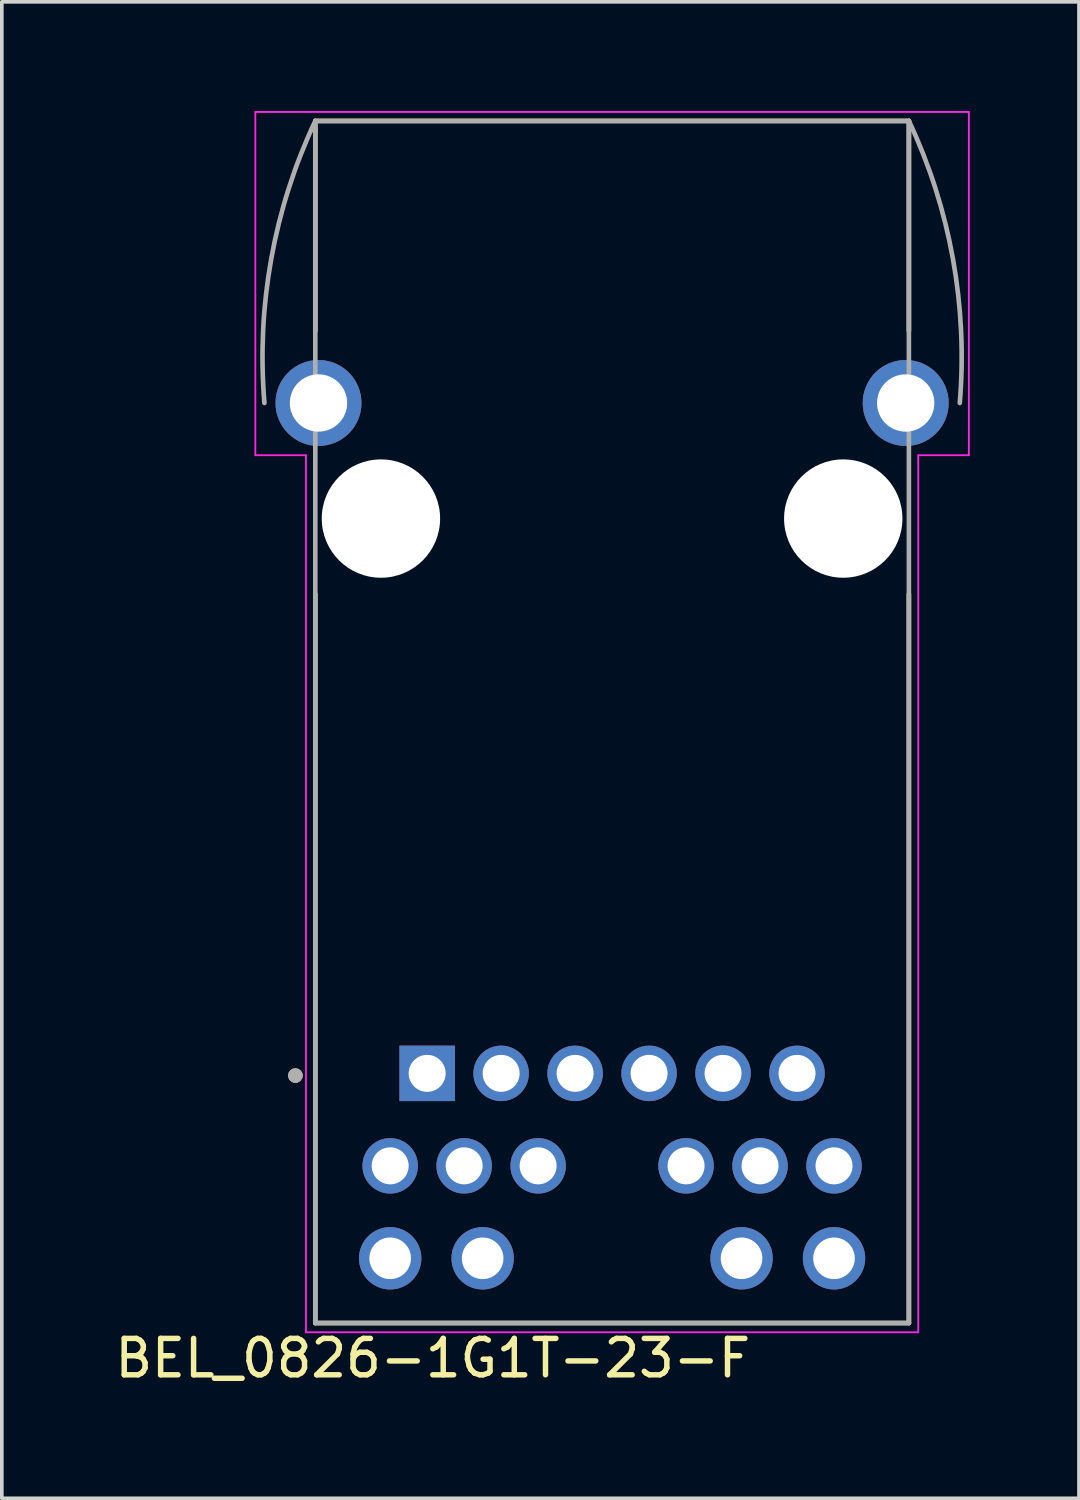
<source format=kicad_pcb>
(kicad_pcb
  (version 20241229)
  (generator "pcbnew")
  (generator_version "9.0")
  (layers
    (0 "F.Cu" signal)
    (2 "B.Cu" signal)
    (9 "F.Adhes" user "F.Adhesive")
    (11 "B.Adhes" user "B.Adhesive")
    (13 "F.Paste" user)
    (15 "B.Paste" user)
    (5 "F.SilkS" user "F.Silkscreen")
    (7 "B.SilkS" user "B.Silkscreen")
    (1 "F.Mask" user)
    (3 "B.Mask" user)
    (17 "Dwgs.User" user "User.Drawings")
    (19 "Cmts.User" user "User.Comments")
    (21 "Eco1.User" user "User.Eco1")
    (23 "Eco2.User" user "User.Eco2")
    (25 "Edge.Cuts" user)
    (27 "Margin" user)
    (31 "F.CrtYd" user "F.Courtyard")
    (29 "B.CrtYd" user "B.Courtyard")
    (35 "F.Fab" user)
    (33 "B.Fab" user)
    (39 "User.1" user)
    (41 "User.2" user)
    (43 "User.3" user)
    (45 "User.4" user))
  (footprint "BEL_0826-1G1T-23-F"
    (layer "F.Cu")
    (at 13.764 11.195)
    (property "Reference" "BEL_0826-1G1T-23-F" (at -4.925 23.065 0) (layer "F.SilkS") (effects (font (size 1 1) (thickness 0.15))))
    (attr through_hole)
    (fp_line (start -8.153 -5.156) (end -8.153 -10.922) (stroke (width 0.127) (type solid)) (layer "F.SilkS"))
    (fp_line (start -8.153 22.098) (end -8.153 2.078) (stroke (width 0.127) (type solid)) (layer "F.SilkS"))
    (fp_line (start -8.153 22.098) (end 8.153 22.098) (stroke (width 0.127) (type solid)) (layer "F.SilkS"))
    (fp_line (start 8.153 -10.922) (end -8.153 -10.922) (stroke (width 0.127) (type solid)) (layer "F.SilkS"))
    (fp_line (start 8.153 -5.156) (end 8.153 -10.922) (stroke (width 0.127) (type solid)) (layer "F.SilkS"))
    (fp_line (start 8.153 22.098) (end 8.153 2.078) (stroke (width 0.127) (type solid)) (layer "F.SilkS"))
    (fp_circle (center -8.7 15.3) (end -8.6 15.3) (stroke (width 0.2) (type solid)) (fill no) (layer "F.SilkS"))
    (fp_line (start -9.8 -11.17) (end 9.8 -11.17) (stroke (width 0.05) (type solid)) (layer "F.CrtYd"))
    (fp_line (start -9.8 -1.74) (end -9.8 -11.17) (stroke (width 0.05) (type solid)) (layer "F.CrtYd"))
    (fp_line (start -8.41 -1.74) (end -9.8 -1.74) (stroke (width 0.05) (type solid)) (layer "F.CrtYd"))
    (fp_line (start -8.41 22.352) (end -8.41 -1.74) (stroke (width 0.05) (type solid)) (layer "F.CrtYd"))
    (fp_line (start 8.41 -1.74) (end 8.41 22.352) (stroke (width 0.05) (type solid)) (layer "F.CrtYd"))
    (fp_line (start 8.41 22.352) (end -8.41 22.352) (stroke (width 0.05) (type solid)) (layer "F.CrtYd"))
    (fp_line (start 9.8 -11.17) (end 9.8 -1.74) (stroke (width 0.05) (type solid)) (layer "F.CrtYd"))
    (fp_line (start 9.8 -1.74) (end 8.41 -1.74) (stroke (width 0.05) (type solid)) (layer "F.CrtYd"))
    (fp_line (start -8.153 -10.922) (end -8.153 22.098) (stroke (width 0.127) (type solid)) (layer "F.Fab"))
    (fp_line (start -8.153 22.098) (end 8.153 22.098) (stroke (width 0.127) (type solid)) (layer "F.Fab"))
    (fp_line (start 8.153 -10.922) (end -8.153 -10.922) (stroke (width 0.127) (type solid)) (layer "F.Fab"))
    (fp_line (start 8.153 22.098) (end 8.153 -10.922) (stroke (width 0.127) (type solid)) (layer "F.Fab"))
    (fp_arc (start -9.5504 -3.175) (mid -9.361856 -7.140459) (end -8.1534 -10.922) (stroke (width 0.127) (type solid)) (layer "F.Fab"))
    (fp_arc (start 8.1534 -10.922) (mid 9.361856 -7.140459) (end 9.5504 -3.175) (stroke (width 0.127) (type solid)) (layer "F.Fab"))
    (fp_circle (center -8.7 15.3) (end -8.6 15.3) (stroke (width 0.2) (type solid)) (fill no) (layer "F.Fab"))
    (pad "" np_thru_hole circle (at -6.35 0) (size 3.251 3.251) (drill 3.251) (layers "*.Cu" "*.Mask"))
    (pad "" np_thru_hole circle (at 6.35 0) (size 3.251 3.251) (drill 3.251) (layers "*.Cu" "*.Mask"))
    (pad "1" thru_hole rect (at -5.08 15.24) (size 1.524 1.524) (drill 1.016) (layers "*.Cu" "*.Mask"))
    (pad "2" thru_hole circle (at -3.048 15.24) (size 1.524 1.524) (drill 1.016) (layers "*.Cu" "*.Mask"))
    (pad "3" thru_hole circle (at -1.016 15.24) (size 1.524 1.524) (drill 1.016) (layers "*.Cu" "*.Mask"))
    (pad "4" thru_hole circle (at 1.016 15.24) (size 1.524 1.524) (drill 1.016) (layers "*.Cu" "*.Mask"))
    (pad "5" thru_hole circle (at 3.048 15.24) (size 1.524 1.524) (drill 1.016) (layers "*.Cu" "*.Mask"))
    (pad "6" thru_hole circle (at 5.08 15.24) (size 1.524 1.524) (drill 1.016) (layers "*.Cu" "*.Mask"))
    (pad "7" thru_hole circle (at -6.096 17.78) (size 1.524 1.524) (drill 1.016) (layers "*.Cu" "*.Mask"))
    (pad "8" thru_hole circle (at -4.064 17.78) (size 1.524 1.524) (drill 1.016) (layers "*.Cu" "*.Mask"))
    (pad "9" thru_hole circle (at -2.032 17.78) (size 1.524 1.524) (drill 1.016) (layers "*.Cu" "*.Mask"))
    (pad "10" thru_hole circle (at 2.032 17.78) (size 1.524 1.524) (drill 1.016) (layers "*.Cu" "*.Mask"))
    (pad "11" thru_hole circle (at 4.064 17.78) (size 1.524 1.524) (drill 1.016) (layers "*.Cu" "*.Mask"))
    (pad "12" thru_hole circle (at 6.096 17.78) (size 1.524 1.524) (drill 1.016) (layers "*.Cu" "*.Mask"))
    (pad "13" thru_hole circle (at -6.096 20.32) (size 1.714 1.714) (drill 1.143) (layers "*.Cu" "*.Mask"))
    (pad "14" thru_hole circle (at -3.556 20.32) (size 1.714 1.714) (drill 1.143) (layers "*.Cu" "*.Mask"))
    (pad "15" thru_hole circle (at 3.556 20.32) (size 1.714 1.714) (drill 1.143) (layers "*.Cu" "*.Mask"))
    (pad "16" thru_hole circle (at 6.096 20.32) (size 1.714 1.714) (drill 1.143) (layers "*.Cu" "*.Mask"))
    (pad "S1" thru_hole circle (at -8.065 -3.175) (size 2.362 2.362) (drill 1.575) (layers "*.Cu" "*.Mask"))
    (pad "S2" thru_hole circle (at 8.065 -3.175) (size 2.362 2.362) (drill 1.575) (layers "*.Cu" "*.Mask"))
    (zone (net_name "") (layer "F.Cu") (hatch full 0.508) (connect_pads) (min_thickness 0.01) (filled_areas_thickness no) (keepout (tracks not_allowed) (vias not_allowed) (pads not_allowed) (copperpour not_allowed) (footprints allowed)) (placement (enabled no)) (fill) (polygon (pts (xy 4.849 24.784) (xy 7.77 24.784) (xy 7.77 31.261) (xy 4.849 31.261))))
    (zone (net_name "") (layer "F.Cu") (hatch full 0.508) (connect_pads) (min_thickness 0.01) (filled_areas_thickness no) (keepout (tracks not_allowed) (vias not_allowed) (pads not_allowed) (copperpour not_allowed) (footprints allowed)) (placement (enabled no)) (fill) (polygon (pts (xy 19.759 24.784) (xy 22.68 24.784) (xy 22.68 31.261) (xy 19.759 31.261))))
    (zone (net_name "") (layer "F.Cu") (hatch full 0.508) (connect_pads) (min_thickness 0.01) (filled_areas_thickness no) (keepout (tracks not_allowed) (vias not_allowed) (pads not_allowed) (copperpour not_allowed) (footprints allowed)) (placement (enabled no)) (fill) (polygon (pts (xy 4.849 7.639) (xy 7.77 7.639) (xy 7.77 3.321) (xy 19.759 3.321) (xy 19.759 7.639) (xy 22.68 7.639) (xy 22.68 0.273) (xy 4.849 0.273))))
    (zone (net_name "") (layers "F.Cu" "B.Cu") (hatch full 0.508) (connect_pads) (min_thickness 0.01) (filled_areas_thickness no) (keepout (tracks allowed) (vias not_allowed) (pads allowed) (copperpour allowed) (footprints allowed)) (placement (enabled no)) (fill) (polygon (pts (xy 4.849 24.784) (xy 7.77 24.784) (xy 7.77 31.261) (xy 4.849 31.261))))
    (zone (net_name "") (layers "F.Cu" "B.Cu") (hatch full 0.508) (connect_pads) (min_thickness 0.01) (filled_areas_thickness no) (keepout (tracks allowed) (vias not_allowed) (pads allowed) (copperpour allowed) (footprints allowed)) (placement (enabled no)) (fill) (polygon (pts (xy 19.759 24.784) (xy 22.68 24.784) (xy 22.68 31.261) (xy 19.759 31.261))))
    (zone (net_name "") (layers "F.Cu" "B.Cu") (hatch full 0.508) (connect_pads) (min_thickness 0.01) (filled_areas_thickness no) (keepout (tracks allowed) (vias not_allowed) (pads allowed) (copperpour allowed) (footprints allowed)) (placement (enabled no)) (fill) (polygon (pts (xy 4.849 7.639) (xy 7.77 7.639) (xy 7.77 3.321) (xy 19.759 3.321) (xy 19.759 7.639) (xy 22.68 7.639) (xy 22.68 0.273) (xy 4.849 0.273)))))
  (gr_rect
    (start -3 -3)
    (end 26.589 38.108)
    (stroke (width 0.1) (type default))
    (fill no)
    (layer "Edge.Cuts")))
</source>
